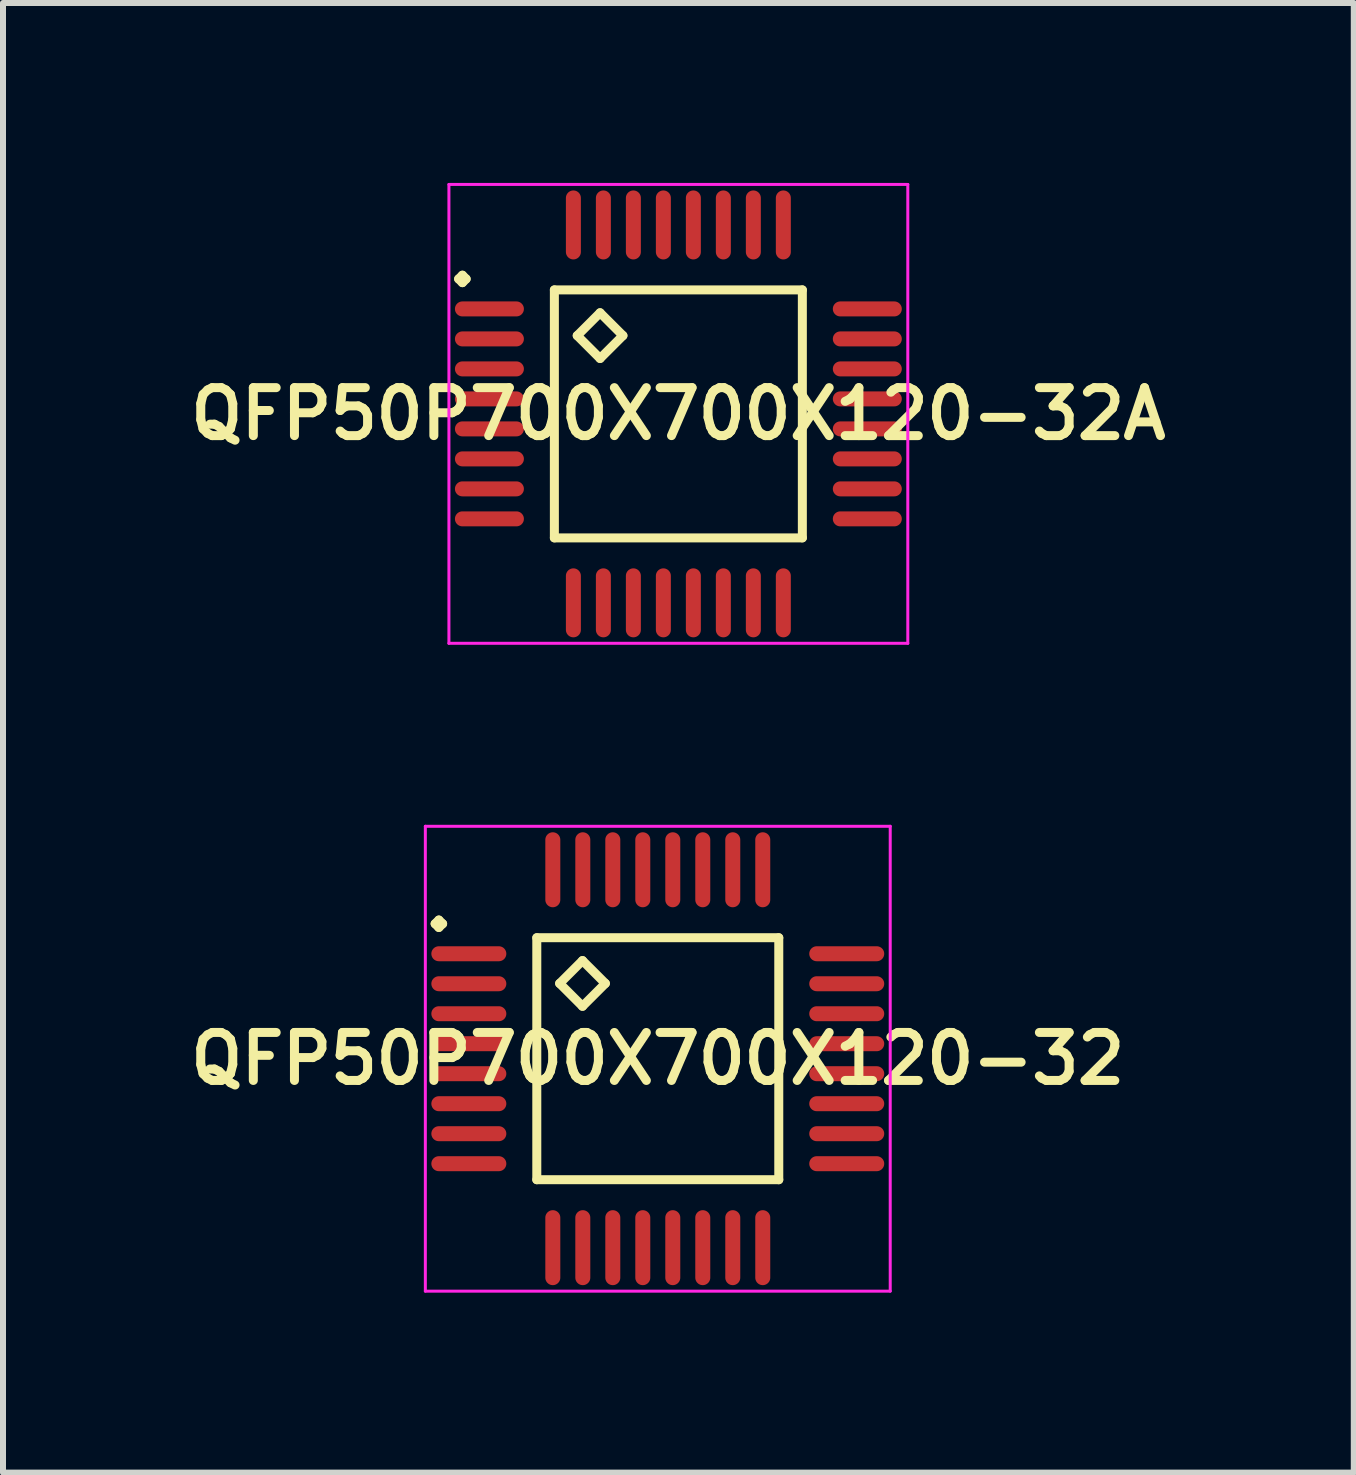
<source format=kicad_pcb>
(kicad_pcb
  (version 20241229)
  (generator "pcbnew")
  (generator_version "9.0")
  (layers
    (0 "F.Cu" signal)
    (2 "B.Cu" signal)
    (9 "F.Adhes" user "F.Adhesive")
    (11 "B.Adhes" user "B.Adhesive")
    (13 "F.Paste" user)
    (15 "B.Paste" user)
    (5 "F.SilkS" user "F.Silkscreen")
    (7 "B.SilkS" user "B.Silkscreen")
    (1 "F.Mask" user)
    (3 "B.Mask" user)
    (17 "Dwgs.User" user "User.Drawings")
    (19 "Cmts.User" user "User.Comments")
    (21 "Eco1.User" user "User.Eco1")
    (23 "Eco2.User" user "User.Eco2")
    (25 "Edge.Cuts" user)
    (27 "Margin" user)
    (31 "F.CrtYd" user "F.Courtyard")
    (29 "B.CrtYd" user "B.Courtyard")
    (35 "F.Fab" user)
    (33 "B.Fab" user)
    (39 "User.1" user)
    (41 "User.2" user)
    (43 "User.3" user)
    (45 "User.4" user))
  (footprint "QFP50P700X700X120-32"
    (layer "F.Cu")
    (at 7.916 14.6)
    (property "Reference" "QFP50P700X700X120-32" (at 0 0 0) (layer "F.SilkS") (effects (font (size 0.8 0.8) (thickness 0.15))))
    (attr smd)
    (fp_line (start -3.712 -2.25) (end -3.65 -2.312) (stroke (width 0.15) (type solid)) (layer "F.SilkS"))
    (fp_line (start -3.65 -2.312) (end -3.587 -2.25) (stroke (width 0.15) (type solid)) (layer "F.SilkS"))
    (fp_line (start -3.65 -2.188) (end -3.712 -2.25) (stroke (width 0.15) (type solid)) (layer "F.SilkS"))
    (fp_line (start -3.587 -2.25) (end -3.65 -2.188) (stroke (width 0.15) (type solid)) (layer "F.SilkS"))
    (fp_line (start -2.017 -2.017) (end -2.017 2.017) (stroke (width 0.15) (type solid)) (layer "F.SilkS"))
    (fp_line (start -2.017 2.017) (end 2.017 2.017) (stroke (width 0.15) (type solid)) (layer "F.SilkS"))
    (fp_line (start -1.636 -1.255) (end -1.255 -1.636) (stroke (width 0.15) (type solid)) (layer "F.SilkS"))
    (fp_line (start -1.255 -1.636) (end -0.874 -1.255) (stroke (width 0.15) (type solid)) (layer "F.SilkS"))
    (fp_line (start -1.255 -0.874) (end -1.636 -1.255) (stroke (width 0.15) (type solid)) (layer "F.SilkS"))
    (fp_line (start -0.874 -1.255) (end -1.255 -0.874) (stroke (width 0.15) (type solid)) (layer "F.SilkS"))
    (fp_line (start 2.017 -2.017) (end -2.017 -2.017) (stroke (width 0.15) (type solid)) (layer "F.SilkS"))
    (fp_line (start 2.017 2.017) (end 2.017 -2.017) (stroke (width 0.15) (type solid)) (layer "F.SilkS"))
    (fp_line (start -3.875 -3.875) (end 3.875 -3.875) (stroke (width 0.05) (type solid)) (layer "F.CrtYd"))
    (fp_line (start -3.875 3.875) (end -3.875 -3.875) (stroke (width 0.05) (type solid)) (layer "F.CrtYd"))
    (fp_line (start 3.875 -3.875) (end 3.875 3.875) (stroke (width 0.05) (type solid)) (layer "F.CrtYd"))
    (fp_line (start 3.875 3.875) (end -3.875 3.875) (stroke (width 0.05) (type solid)) (layer "F.CrtYd"))
    (pad "1" smd oval (at -3.15 -1.75) (size 1.25 0.25) (layers "F.Cu" "F.Mask" "F.Paste"))
    (pad "2" smd oval (at -3.15 -1.25) (size 1.25 0.25) (layers "F.Cu" "F.Mask" "F.Paste"))
    (pad "3" smd oval (at -3.15 -0.75) (size 1.25 0.25) (layers "F.Cu" "F.Mask" "F.Paste"))
    (pad "4" smd oval (at -3.15 -0.25) (size 1.25 0.25) (layers "F.Cu" "F.Mask" "F.Paste"))
    (pad "5" smd oval (at -3.15 0.25) (size 1.25 0.25) (layers "F.Cu" "F.Mask" "F.Paste"))
    (pad "6" smd oval (at -3.15 0.75) (size 1.25 0.25) (layers "F.Cu" "F.Mask" "F.Paste"))
    (pad "7" smd oval (at -3.15 1.25) (size 1.25 0.25) (layers "F.Cu" "F.Mask" "F.Paste"))
    (pad "8" smd oval (at -3.15 1.75) (size 1.25 0.25) (layers "F.Cu" "F.Mask" "F.Paste"))
    (pad "9" smd oval (at -1.75 3.15) (size 0.25 1.25) (layers "F.Cu" "F.Mask" "F.Paste"))
    (pad "10" smd oval (at -1.25 3.15) (size 0.25 1.25) (layers "F.Cu" "F.Mask" "F.Paste"))
    (pad "11" smd oval (at -0.75 3.15) (size 0.25 1.25) (layers "F.Cu" "F.Mask" "F.Paste"))
    (pad "12" smd oval (at -0.25 3.15) (size 0.25 1.25) (layers "F.Cu" "F.Mask" "F.Paste"))
    (pad "13" smd oval (at 0.25 3.15) (size 0.25 1.25) (layers "F.Cu" "F.Mask" "F.Paste"))
    (pad "14" smd oval (at 0.75 3.15) (size 0.25 1.25) (layers "F.Cu" "F.Mask" "F.Paste"))
    (pad "15" smd oval (at 1.25 3.15) (size 0.25 1.25) (layers "F.Cu" "F.Mask" "F.Paste"))
    (pad "16" smd oval (at 1.75 3.15) (size 0.25 1.25) (layers "F.Cu" "F.Mask" "F.Paste"))
    (pad "17" smd oval (at 3.15 1.75) (size 1.25 0.25) (layers "F.Cu" "F.Mask" "F.Paste"))
    (pad "18" smd oval (at 3.15 1.25) (size 1.25 0.25) (layers "F.Cu" "F.Mask" "F.Paste"))
    (pad "19" smd oval (at 3.15 0.75) (size 1.25 0.25) (layers "F.Cu" "F.Mask" "F.Paste"))
    (pad "20" smd oval (at 3.15 0.25) (size 1.25 0.25) (layers "F.Cu" "F.Mask" "F.Paste"))
    (pad "21" smd oval (at 3.15 -0.25) (size 1.25 0.25) (layers "F.Cu" "F.Mask" "F.Paste"))
    (pad "22" smd oval (at 3.15 -0.75) (size 1.25 0.25) (layers "F.Cu" "F.Mask" "F.Paste"))
    (pad "23" smd oval (at 3.15 -1.25) (size 1.25 0.25) (layers "F.Cu" "F.Mask" "F.Paste"))
    (pad "24" smd oval (at 3.15 -1.75) (size 1.25 0.25) (layers "F.Cu" "F.Mask" "F.Paste"))
    (pad "25" smd oval (at 1.75 -3.15) (size 0.25 1.25) (layers "F.Cu" "F.Mask" "F.Paste"))
    (pad "26" smd oval (at 1.25 -3.15) (size 0.25 1.25) (layers "F.Cu" "F.Mask" "F.Paste"))
    (pad "27" smd oval (at 0.75 -3.15) (size 0.25 1.25) (layers "F.Cu" "F.Mask" "F.Paste"))
    (pad "28" smd oval (at 0.25 -3.15) (size 0.25 1.25) (layers "F.Cu" "F.Mask" "F.Paste"))
    (pad "29" smd oval (at -0.25 -3.15) (size 0.25 1.25) (layers "F.Cu" "F.Mask" "F.Paste"))
    (pad "30" smd oval (at -0.75 -3.15) (size 0.25 1.25) (layers "F.Cu" "F.Mask" "F.Paste"))
    (pad "31" smd oval (at -1.25 -3.15) (size 0.25 1.25) (layers "F.Cu" "F.Mask" "F.Paste"))
    (pad "32" smd oval (at -1.75 -3.15) (size 0.25 1.25) (layers "F.Cu" "F.Mask" "F.Paste")))
  (footprint "QFP50P700X700X120-32A"
    (layer "F.Cu")
    (at 8.259 3.85)
    (property "Reference" "QFP50P700X700X120-32A" (at 0 0 0) (layer "F.SilkS") (effects (font (size 0.8 0.8) (thickness 0.15))))
    (attr smd)
    (fp_line (start -3.663 -2.25) (end -3.6 -2.312) (stroke (width 0.15) (type solid)) (layer "F.SilkS"))
    (fp_line (start -3.6 -2.312) (end -3.538 -2.25) (stroke (width 0.15) (type solid)) (layer "F.SilkS"))
    (fp_line (start -3.6 -2.188) (end -3.663 -2.25) (stroke (width 0.15) (type solid)) (layer "F.SilkS"))
    (fp_line (start -3.538 -2.25) (end -3.6 -2.188) (stroke (width 0.15) (type solid)) (layer "F.SilkS"))
    (fp_line (start -2.067 -2.067) (end -2.067 2.067) (stroke (width 0.15) (type solid)) (layer "F.SilkS"))
    (fp_line (start -2.067 2.067) (end 2.067 2.067) (stroke (width 0.15) (type solid)) (layer "F.SilkS"))
    (fp_line (start -1.686 -1.305) (end -1.305 -1.686) (stroke (width 0.15) (type solid)) (layer "F.SilkS"))
    (fp_line (start -1.305 -1.686) (end -0.924 -1.305) (stroke (width 0.15) (type solid)) (layer "F.SilkS"))
    (fp_line (start -1.305 -0.924) (end -1.686 -1.305) (stroke (width 0.15) (type solid)) (layer "F.SilkS"))
    (fp_line (start -0.924 -1.305) (end -1.305 -0.924) (stroke (width 0.15) (type solid)) (layer "F.SilkS"))
    (fp_line (start 2.067 -2.067) (end -2.067 -2.067) (stroke (width 0.15) (type solid)) (layer "F.SilkS"))
    (fp_line (start 2.067 2.067) (end 2.067 -2.067) (stroke (width 0.15) (type solid)) (layer "F.SilkS"))
    (fp_line (start -3.825 -3.825) (end 3.825 -3.825) (stroke (width 0.05) (type solid)) (layer "F.CrtYd"))
    (fp_line (start -3.825 3.825) (end -3.825 -3.825) (stroke (width 0.05) (type solid)) (layer "F.CrtYd"))
    (fp_line (start 3.825 -3.825) (end 3.825 3.825) (stroke (width 0.05) (type solid)) (layer "F.CrtYd"))
    (fp_line (start 3.825 3.825) (end -3.825 3.825) (stroke (width 0.05) (type solid)) (layer "F.CrtYd"))
    (pad "1" smd oval (at -3.15 -1.75) (size 1.15 0.25) (layers "F.Cu" "F.Mask" "F.Paste"))
    (pad "2" smd oval (at -3.15 -1.25) (size 1.15 0.25) (layers "F.Cu" "F.Mask" "F.Paste"))
    (pad "3" smd oval (at -3.15 -0.75) (size 1.15 0.25) (layers "F.Cu" "F.Mask" "F.Paste"))
    (pad "4" smd oval (at -3.15 -0.25) (size 1.15 0.25) (layers "F.Cu" "F.Mask" "F.Paste"))
    (pad "5" smd oval (at -3.15 0.25) (size 1.15 0.25) (layers "F.Cu" "F.Mask" "F.Paste"))
    (pad "6" smd oval (at -3.15 0.75) (size 1.15 0.25) (layers "F.Cu" "F.Mask" "F.Paste"))
    (pad "7" smd oval (at -3.15 1.25) (size 1.15 0.25) (layers "F.Cu" "F.Mask" "F.Paste"))
    (pad "8" smd oval (at -3.15 1.75) (size 1.15 0.25) (layers "F.Cu" "F.Mask" "F.Paste"))
    (pad "9" smd oval (at -1.75 3.15) (size 0.25 1.15) (layers "F.Cu" "F.Mask" "F.Paste"))
    (pad "10" smd oval (at -1.25 3.15) (size 0.25 1.15) (layers "F.Cu" "F.Mask" "F.Paste"))
    (pad "11" smd oval (at -0.75 3.15) (size 0.25 1.15) (layers "F.Cu" "F.Mask" "F.Paste"))
    (pad "12" smd oval (at -0.25 3.15) (size 0.25 1.15) (layers "F.Cu" "F.Mask" "F.Paste"))
    (pad "13" smd oval (at 0.25 3.15) (size 0.25 1.15) (layers "F.Cu" "F.Mask" "F.Paste"))
    (pad "14" smd oval (at 0.75 3.15) (size 0.25 1.15) (layers "F.Cu" "F.Mask" "F.Paste"))
    (pad "15" smd oval (at 1.25 3.15) (size 0.25 1.15) (layers "F.Cu" "F.Mask" "F.Paste"))
    (pad "16" smd oval (at 1.75 3.15) (size 0.25 1.15) (layers "F.Cu" "F.Mask" "F.Paste"))
    (pad "17" smd oval (at 3.15 1.75) (size 1.15 0.25) (layers "F.Cu" "F.Mask" "F.Paste"))
    (pad "18" smd oval (at 3.15 1.25) (size 1.15 0.25) (layers "F.Cu" "F.Mask" "F.Paste"))
    (pad "19" smd oval (at 3.15 0.75) (size 1.15 0.25) (layers "F.Cu" "F.Mask" "F.Paste"))
    (pad "20" smd oval (at 3.15 0.25) (size 1.15 0.25) (layers "F.Cu" "F.Mask" "F.Paste"))
    (pad "21" smd oval (at 3.15 -0.25) (size 1.15 0.25) (layers "F.Cu" "F.Mask" "F.Paste"))
    (pad "22" smd oval (at 3.15 -0.75) (size 1.15 0.25) (layers "F.Cu" "F.Mask" "F.Paste"))
    (pad "23" smd oval (at 3.15 -1.25) (size 1.15 0.25) (layers "F.Cu" "F.Mask" "F.Paste"))
    (pad "24" smd oval (at 3.15 -1.75) (size 1.15 0.25) (layers "F.Cu" "F.Mask" "F.Paste"))
    (pad "25" smd oval (at 1.75 -3.15) (size 0.25 1.15) (layers "F.Cu" "F.Mask" "F.Paste"))
    (pad "26" smd oval (at 1.25 -3.15) (size 0.25 1.15) (layers "F.Cu" "F.Mask" "F.Paste"))
    (pad "27" smd oval (at 0.75 -3.15) (size 0.25 1.15) (layers "F.Cu" "F.Mask" "F.Paste"))
    (pad "28" smd oval (at 0.25 -3.15) (size 0.25 1.15) (layers "F.Cu" "F.Mask" "F.Paste"))
    (pad "29" smd oval (at -0.25 -3.15) (size 0.25 1.15) (layers "F.Cu" "F.Mask" "F.Paste"))
    (pad "30" smd oval (at -0.75 -3.15) (size 0.25 1.15) (layers "F.Cu" "F.Mask" "F.Paste"))
    (pad "31" smd oval (at -1.25 -3.15) (size 0.25 1.15) (layers "F.Cu" "F.Mask" "F.Paste"))
    (pad "32" smd oval (at -1.75 -3.15) (size 0.25 1.15) (layers "F.Cu" "F.Mask" "F.Paste")))
  (gr_rect
    (start -3 -3)
    (end 19.519 21.5)
    (stroke (width 0.1) (type default))
    (fill no)
    (layer "Edge.Cuts")))
</source>
